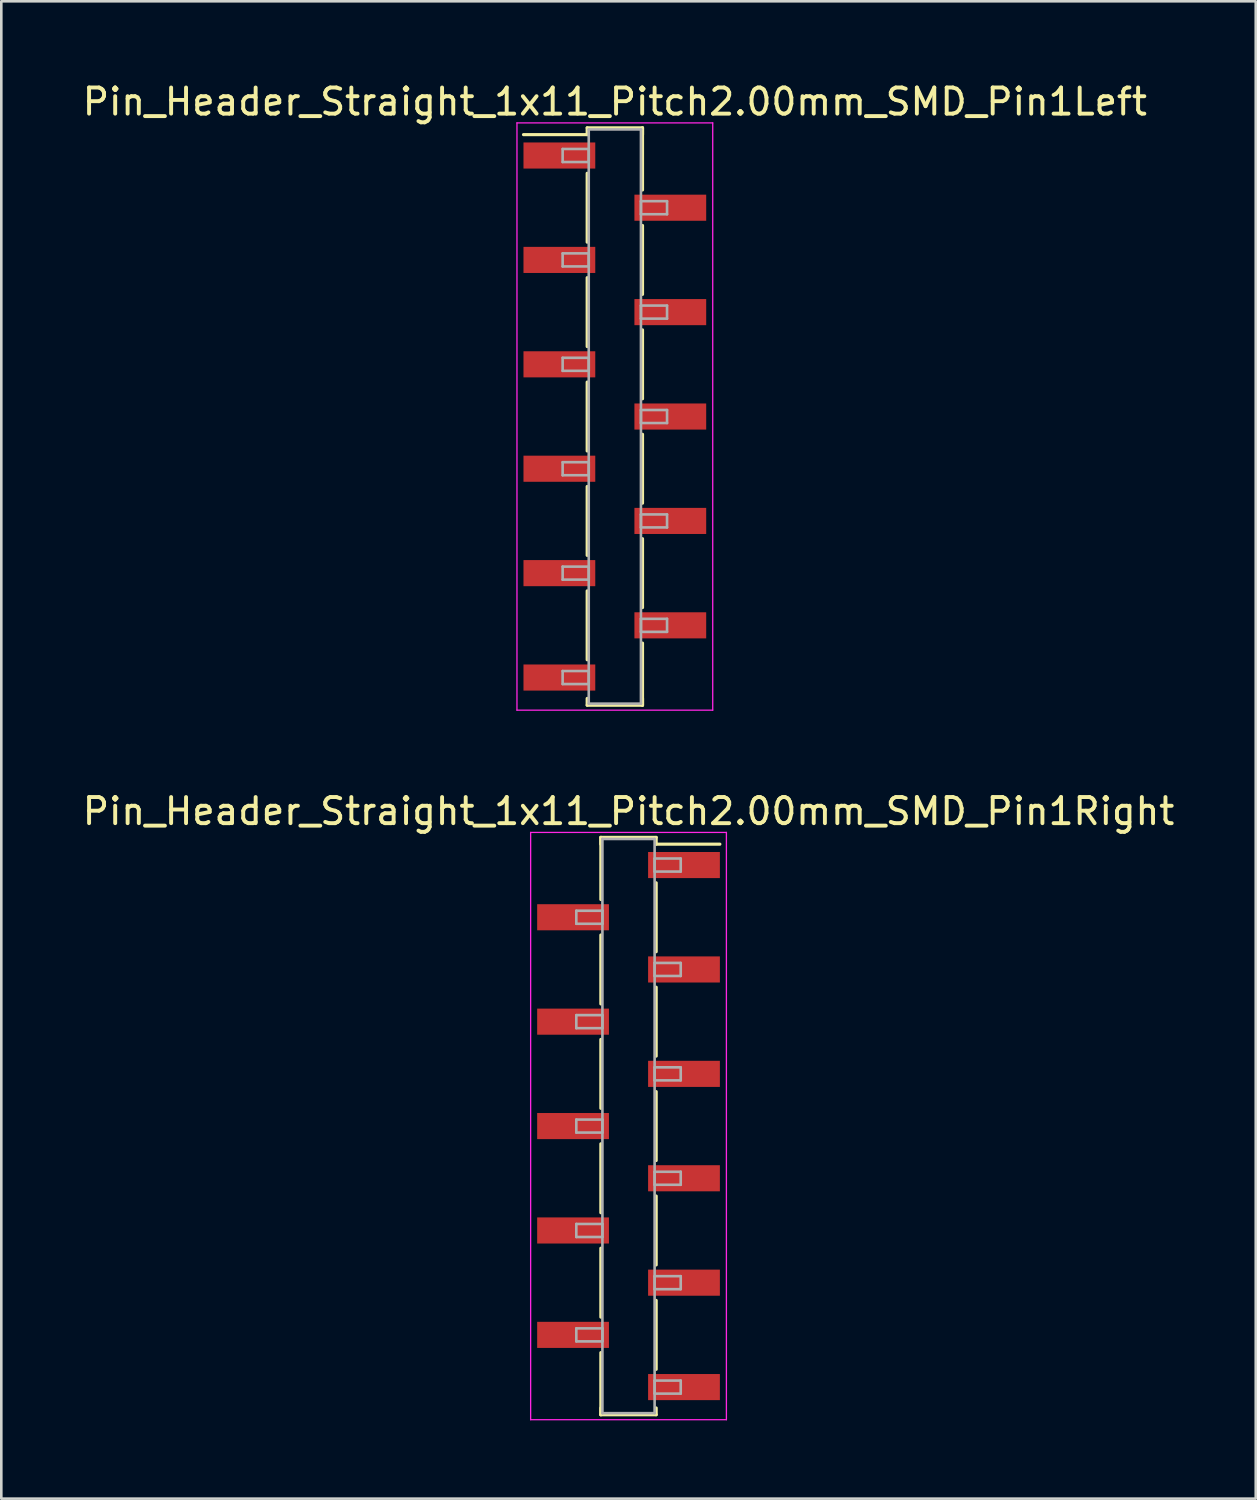
<source format=kicad_pcb>
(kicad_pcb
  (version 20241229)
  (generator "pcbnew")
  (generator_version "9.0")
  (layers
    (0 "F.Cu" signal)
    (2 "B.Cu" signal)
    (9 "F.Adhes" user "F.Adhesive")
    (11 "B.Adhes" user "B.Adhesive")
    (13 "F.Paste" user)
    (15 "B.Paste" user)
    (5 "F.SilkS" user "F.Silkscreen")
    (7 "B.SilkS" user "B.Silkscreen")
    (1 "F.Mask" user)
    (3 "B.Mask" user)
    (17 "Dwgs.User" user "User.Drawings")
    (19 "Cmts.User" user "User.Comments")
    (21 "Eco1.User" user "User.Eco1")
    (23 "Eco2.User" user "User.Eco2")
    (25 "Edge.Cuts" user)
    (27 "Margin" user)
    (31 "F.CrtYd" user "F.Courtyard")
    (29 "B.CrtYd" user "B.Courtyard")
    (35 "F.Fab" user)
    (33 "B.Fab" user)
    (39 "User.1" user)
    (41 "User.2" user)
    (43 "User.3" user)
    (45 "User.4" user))
  (footprint "Pin_Header_Straight_1x11_Pitch2.00mm_SMD_Pin1Right"
    (layer "F.Cu")
    (at 21.03 40.092)
    (property "Reference" "Pin_Header_Straight_1x11_Pitch2.00mm_SMD_Pin1Right" (at 0 -12.06 0) (layer "F.SilkS") (effects (font (size 1 1) (thickness 0.15))))
    (attr smd)
    (fp_line (start -1.06 -11.06) (end -1.06 -8.68) (stroke (width 0.12) (type solid)) (layer "F.SilkS"))
    (fp_line (start -1.06 -11.06) (end 1.06 -11.06) (stroke (width 0.12) (type solid)) (layer "F.SilkS"))
    (fp_line (start -1.06 -10.8) (end -1.06 -11.06) (stroke (width 0.12) (type solid)) (layer "F.SilkS"))
    (fp_line (start -1.06 -7.32) (end -1.06 -4.68) (stroke (width 0.12) (type solid)) (layer "F.SilkS"))
    (fp_line (start -1.06 -3.32) (end -1.06 -0.68) (stroke (width 0.12) (type solid)) (layer "F.SilkS"))
    (fp_line (start -1.06 0.68) (end -1.06 3.32) (stroke (width 0.12) (type solid)) (layer "F.SilkS"))
    (fp_line (start -1.06 4.68) (end -1.06 7.32) (stroke (width 0.12) (type solid)) (layer "F.SilkS"))
    (fp_line (start -1.06 8.68) (end -1.06 11.06) (stroke (width 0.12) (type solid)) (layer "F.SilkS"))
    (fp_line (start -1.06 10.8) (end -1.06 11.06) (stroke (width 0.12) (type solid)) (layer "F.SilkS"))
    (fp_line (start -1.06 11.06) (end 1.06 11.06) (stroke (width 0.12) (type solid)) (layer "F.SilkS"))
    (fp_line (start 1.06 -11.06) (end 1.06 -10.8) (stroke (width 0.12) (type solid)) (layer "F.SilkS"))
    (fp_line (start 1.06 -10.8) (end 3.5 -10.8) (stroke (width 0.12) (type solid)) (layer "F.SilkS"))
    (fp_line (start 1.06 -9.32) (end 1.06 -6.68) (stroke (width 0.12) (type solid)) (layer "F.SilkS"))
    (fp_line (start 1.06 -5.32) (end 1.06 -2.68) (stroke (width 0.12) (type solid)) (layer "F.SilkS"))
    (fp_line (start 1.06 -1.32) (end 1.06 1.32) (stroke (width 0.12) (type solid)) (layer "F.SilkS"))
    (fp_line (start 1.06 2.68) (end 1.06 5.32) (stroke (width 0.12) (type solid)) (layer "F.SilkS"))
    (fp_line (start 1.06 6.68) (end 1.06 9.32) (stroke (width 0.12) (type solid)) (layer "F.SilkS"))
    (fp_line (start 1.06 11.06) (end 1.06 10.8) (stroke (width 0.12) (type solid)) (layer "F.SilkS"))
    (fp_line (start -3.75 -11.25) (end -3.75 11.25) (stroke (width 0.05) (type solid)) (layer "F.CrtYd"))
    (fp_line (start -3.75 11.25) (end 3.75 11.25) (stroke (width 0.05) (type solid)) (layer "F.CrtYd"))
    (fp_line (start 3.75 -11.25) (end -3.75 -11.25) (stroke (width 0.05) (type solid)) (layer "F.CrtYd"))
    (fp_line (start 3.75 11.25) (end 3.75 -11.25) (stroke (width 0.05) (type solid)) (layer "F.CrtYd"))
    (fp_line (start -2 -8.25) (end -1 -8.25) (stroke (width 0.1) (type solid)) (layer "F.Fab"))
    (fp_line (start -2 -7.75) (end -2 -8.25) (stroke (width 0.1) (type solid)) (layer "F.Fab"))
    (fp_line (start -2 -4.25) (end -1 -4.25) (stroke (width 0.1) (type solid)) (layer "F.Fab"))
    (fp_line (start -2 -3.75) (end -2 -4.25) (stroke (width 0.1) (type solid)) (layer "F.Fab"))
    (fp_line (start -2 -0.25) (end -1 -0.25) (stroke (width 0.1) (type solid)) (layer "F.Fab"))
    (fp_line (start -2 0.25) (end -2 -0.25) (stroke (width 0.1) (type solid)) (layer "F.Fab"))
    (fp_line (start -2 3.75) (end -1 3.75) (stroke (width 0.1) (type solid)) (layer "F.Fab"))
    (fp_line (start -2 4.25) (end -2 3.75) (stroke (width 0.1) (type solid)) (layer "F.Fab"))
    (fp_line (start -2 7.75) (end -1 7.75) (stroke (width 0.1) (type solid)) (layer "F.Fab"))
    (fp_line (start -2 8.25) (end -2 7.75) (stroke (width 0.1) (type solid)) (layer "F.Fab"))
    (fp_line (start -1 -11) (end -1 11) (stroke (width 0.1) (type solid)) (layer "F.Fab"))
    (fp_line (start -1 -8.25) (end -1 -7.75) (stroke (width 0.1) (type solid)) (layer "F.Fab"))
    (fp_line (start -1 -7.75) (end -2 -7.75) (stroke (width 0.1) (type solid)) (layer "F.Fab"))
    (fp_line (start -1 -4.25) (end -1 -3.75) (stroke (width 0.1) (type solid)) (layer "F.Fab"))
    (fp_line (start -1 -3.75) (end -2 -3.75) (stroke (width 0.1) (type solid)) (layer "F.Fab"))
    (fp_line (start -1 -0.25) (end -1 0.25) (stroke (width 0.1) (type solid)) (layer "F.Fab"))
    (fp_line (start -1 0.25) (end -2 0.25) (stroke (width 0.1) (type solid)) (layer "F.Fab"))
    (fp_line (start -1 3.75) (end -1 4.25) (stroke (width 0.1) (type solid)) (layer "F.Fab"))
    (fp_line (start -1 4.25) (end -2 4.25) (stroke (width 0.1) (type solid)) (layer "F.Fab"))
    (fp_line (start -1 7.75) (end -1 8.25) (stroke (width 0.1) (type solid)) (layer "F.Fab"))
    (fp_line (start -1 8.25) (end -2 8.25) (stroke (width 0.1) (type solid)) (layer "F.Fab"))
    (fp_line (start -1 11) (end 1 11) (stroke (width 0.1) (type solid)) (layer "F.Fab"))
    (fp_line (start 1 -11) (end -1 -11) (stroke (width 0.1) (type solid)) (layer "F.Fab"))
    (fp_line (start 1 -10.25) (end 1 -9.75) (stroke (width 0.1) (type solid)) (layer "F.Fab"))
    (fp_line (start 1 -9.75) (end 2 -9.75) (stroke (width 0.1) (type solid)) (layer "F.Fab"))
    (fp_line (start 1 -6.25) (end 1 -5.75) (stroke (width 0.1) (type solid)) (layer "F.Fab"))
    (fp_line (start 1 -5.75) (end 2 -5.75) (stroke (width 0.1) (type solid)) (layer "F.Fab"))
    (fp_line (start 1 -2.25) (end 1 -1.75) (stroke (width 0.1) (type solid)) (layer "F.Fab"))
    (fp_line (start 1 -1.75) (end 2 -1.75) (stroke (width 0.1) (type solid)) (layer "F.Fab"))
    (fp_line (start 1 1.75) (end 1 2.25) (stroke (width 0.1) (type solid)) (layer "F.Fab"))
    (fp_line (start 1 2.25) (end 2 2.25) (stroke (width 0.1) (type solid)) (layer "F.Fab"))
    (fp_line (start 1 5.75) (end 1 6.25) (stroke (width 0.1) (type solid)) (layer "F.Fab"))
    (fp_line (start 1 6.25) (end 2 6.25) (stroke (width 0.1) (type solid)) (layer "F.Fab"))
    (fp_line (start 1 9.75) (end 1 10.25) (stroke (width 0.1) (type solid)) (layer "F.Fab"))
    (fp_line (start 1 10.25) (end 2 10.25) (stroke (width 0.1) (type solid)) (layer "F.Fab"))
    (fp_line (start 1 11) (end 1 -11) (stroke (width 0.1) (type solid)) (layer "F.Fab"))
    (fp_line (start 2 -10.25) (end 1 -10.25) (stroke (width 0.1) (type solid)) (layer "F.Fab"))
    (fp_line (start 2 -9.75) (end 2 -10.25) (stroke (width 0.1) (type solid)) (layer "F.Fab"))
    (fp_line (start 2 -6.25) (end 1 -6.25) (stroke (width 0.1) (type solid)) (layer "F.Fab"))
    (fp_line (start 2 -5.75) (end 2 -6.25) (stroke (width 0.1) (type solid)) (layer "F.Fab"))
    (fp_line (start 2 -2.25) (end 1 -2.25) (stroke (width 0.1) (type solid)) (layer "F.Fab"))
    (fp_line (start 2 -1.75) (end 2 -2.25) (stroke (width 0.1) (type solid)) (layer "F.Fab"))
    (fp_line (start 2 1.75) (end 1 1.75) (stroke (width 0.1) (type solid)) (layer "F.Fab"))
    (fp_line (start 2 2.25) (end 2 1.75) (stroke (width 0.1) (type solid)) (layer "F.Fab"))
    (fp_line (start 2 5.75) (end 1 5.75) (stroke (width 0.1) (type solid)) (layer "F.Fab"))
    (fp_line (start 2 6.25) (end 2 5.75) (stroke (width 0.1) (type solid)) (layer "F.Fab"))
    (fp_line (start 2 9.75) (end 1 9.75) (stroke (width 0.1) (type solid)) (layer "F.Fab"))
    (fp_line (start 2 10.25) (end 2 9.75) (stroke (width 0.1) (type solid)) (layer "F.Fab"))
    (pad "1" smd rect (at 2.125 -10) (size 2.75 1) (layers "F.Cu" "F.Mask"))
    (pad "2" smd rect (at -2.125 -8) (size 2.75 1) (layers "F.Cu" "F.Mask"))
    (pad "3" smd rect (at 2.125 -6) (size 2.75 1) (layers "F.Cu" "F.Mask"))
    (pad "4" smd rect (at -2.125 -4) (size 2.75 1) (layers "F.Cu" "F.Mask"))
    (pad "5" smd rect (at 2.125 -2) (size 2.75 1) (layers "F.Cu" "F.Mask"))
    (pad "6" smd rect (at -2.125 0) (size 2.75 1) (layers "F.Cu" "F.Mask"))
    (pad "7" smd rect (at 2.125 2) (size 2.75 1) (layers "F.Cu" "F.Mask"))
    (pad "8" smd rect (at -2.125 4) (size 2.75 1) (layers "F.Cu" "F.Mask"))
    (pad "9" smd rect (at 2.125 6) (size 2.75 1) (layers "F.Cu" "F.Mask"))
    (pad "10" smd rect (at -2.125 8) (size 2.75 1) (layers "F.Cu" "F.Mask"))
    (pad "11" smd rect (at 2.125 10) (size 2.75 1) (layers "F.Cu" "F.Mask")))
  (footprint "Pin_Header_Straight_1x11_Pitch2.00mm_SMD_Pin1Left"
    (layer "F.Cu")
    (at 20.506 12.908)
    (property "Reference" "Pin_Header_Straight_1x11_Pitch2.00mm_SMD_Pin1Left" (at 0 -12.06 0) (layer "F.SilkS") (effects (font (size 1 1) (thickness 0.15))))
    (attr smd)
    (fp_line (start -1.06 -11.06) (end 1.06 -11.06) (stroke (width 0.12) (type solid)) (layer "F.SilkS"))
    (fp_line (start -1.06 -10.8) (end -3.5 -10.8) (stroke (width 0.12) (type solid)) (layer "F.SilkS"))
    (fp_line (start -1.06 -10.8) (end -1.06 -11.06) (stroke (width 0.12) (type solid)) (layer "F.SilkS"))
    (fp_line (start -1.06 -9.32) (end -1.06 -6.68) (stroke (width 0.12) (type solid)) (layer "F.SilkS"))
    (fp_line (start -1.06 -5.32) (end -1.06 -2.68) (stroke (width 0.12) (type solid)) (layer "F.SilkS"))
    (fp_line (start -1.06 -1.32) (end -1.06 1.32) (stroke (width 0.12) (type solid)) (layer "F.SilkS"))
    (fp_line (start -1.06 2.68) (end -1.06 5.32) (stroke (width 0.12) (type solid)) (layer "F.SilkS"))
    (fp_line (start -1.06 6.68) (end -1.06 9.32) (stroke (width 0.12) (type solid)) (layer "F.SilkS"))
    (fp_line (start -1.06 10.8) (end -1.06 11.06) (stroke (width 0.12) (type solid)) (layer "F.SilkS"))
    (fp_line (start -1.06 11.06) (end 1.06 11.06) (stroke (width 0.12) (type solid)) (layer "F.SilkS"))
    (fp_line (start 1.06 -11.06) (end 1.06 -10.8) (stroke (width 0.12) (type solid)) (layer "F.SilkS"))
    (fp_line (start 1.06 -11.06) (end 1.06 -8.68) (stroke (width 0.12) (type solid)) (layer "F.SilkS"))
    (fp_line (start 1.06 -7.32) (end 1.06 -4.68) (stroke (width 0.12) (type solid)) (layer "F.SilkS"))
    (fp_line (start 1.06 -3.32) (end 1.06 -0.68) (stroke (width 0.12) (type solid)) (layer "F.SilkS"))
    (fp_line (start 1.06 0.68) (end 1.06 3.32) (stroke (width 0.12) (type solid)) (layer "F.SilkS"))
    (fp_line (start 1.06 4.68) (end 1.06 7.32) (stroke (width 0.12) (type solid)) (layer "F.SilkS"))
    (fp_line (start 1.06 8.68) (end 1.06 11.06) (stroke (width 0.12) (type solid)) (layer "F.SilkS"))
    (fp_line (start 1.06 11.06) (end 1.06 10.8) (stroke (width 0.12) (type solid)) (layer "F.SilkS"))
    (fp_line (start -3.75 -11.25) (end -3.75 11.25) (stroke (width 0.05) (type solid)) (layer "F.CrtYd"))
    (fp_line (start -3.75 11.25) (end 3.75 11.25) (stroke (width 0.05) (type solid)) (layer "F.CrtYd"))
    (fp_line (start 3.75 -11.25) (end -3.75 -11.25) (stroke (width 0.05) (type solid)) (layer "F.CrtYd"))
    (fp_line (start 3.75 11.25) (end 3.75 -11.25) (stroke (width 0.05) (type solid)) (layer "F.CrtYd"))
    (fp_line (start -2 -10.25) (end -1 -10.25) (stroke (width 0.1) (type solid)) (layer "F.Fab"))
    (fp_line (start -2 -9.75) (end -2 -10.25) (stroke (width 0.1) (type solid)) (layer "F.Fab"))
    (fp_line (start -2 -6.25) (end -1 -6.25) (stroke (width 0.1) (type solid)) (layer "F.Fab"))
    (fp_line (start -2 -5.75) (end -2 -6.25) (stroke (width 0.1) (type solid)) (layer "F.Fab"))
    (fp_line (start -2 -2.25) (end -1 -2.25) (stroke (width 0.1) (type solid)) (layer "F.Fab"))
    (fp_line (start -2 -1.75) (end -2 -2.25) (stroke (width 0.1) (type solid)) (layer "F.Fab"))
    (fp_line (start -2 1.75) (end -1 1.75) (stroke (width 0.1) (type solid)) (layer "F.Fab"))
    (fp_line (start -2 2.25) (end -2 1.75) (stroke (width 0.1) (type solid)) (layer "F.Fab"))
    (fp_line (start -2 5.75) (end -1 5.75) (stroke (width 0.1) (type solid)) (layer "F.Fab"))
    (fp_line (start -2 6.25) (end -2 5.75) (stroke (width 0.1) (type solid)) (layer "F.Fab"))
    (fp_line (start -2 9.75) (end -1 9.75) (stroke (width 0.1) (type solid)) (layer "F.Fab"))
    (fp_line (start -2 10.25) (end -2 9.75) (stroke (width 0.1) (type solid)) (layer "F.Fab"))
    (fp_line (start -1 -11) (end -1 11) (stroke (width 0.1) (type solid)) (layer "F.Fab"))
    (fp_line (start -1 -10.25) (end -1 -9.75) (stroke (width 0.1) (type solid)) (layer "F.Fab"))
    (fp_line (start -1 -9.75) (end -2 -9.75) (stroke (width 0.1) (type solid)) (layer "F.Fab"))
    (fp_line (start -1 -6.25) (end -1 -5.75) (stroke (width 0.1) (type solid)) (layer "F.Fab"))
    (fp_line (start -1 -5.75) (end -2 -5.75) (stroke (width 0.1) (type solid)) (layer "F.Fab"))
    (fp_line (start -1 -2.25) (end -1 -1.75) (stroke (width 0.1) (type solid)) (layer "F.Fab"))
    (fp_line (start -1 -1.75) (end -2 -1.75) (stroke (width 0.1) (type solid)) (layer "F.Fab"))
    (fp_line (start -1 1.75) (end -1 2.25) (stroke (width 0.1) (type solid)) (layer "F.Fab"))
    (fp_line (start -1 2.25) (end -2 2.25) (stroke (width 0.1) (type solid)) (layer "F.Fab"))
    (fp_line (start -1 5.75) (end -1 6.25) (stroke (width 0.1) (type solid)) (layer "F.Fab"))
    (fp_line (start -1 6.25) (end -2 6.25) (stroke (width 0.1) (type solid)) (layer "F.Fab"))
    (fp_line (start -1 9.75) (end -1 10.25) (stroke (width 0.1) (type solid)) (layer "F.Fab"))
    (fp_line (start -1 10.25) (end -2 10.25) (stroke (width 0.1) (type solid)) (layer "F.Fab"))
    (fp_line (start -1 11) (end 1 11) (stroke (width 0.1) (type solid)) (layer "F.Fab"))
    (fp_line (start 1 -11) (end -1 -11) (stroke (width 0.1) (type solid)) (layer "F.Fab"))
    (fp_line (start 1 -8.25) (end 1 -7.75) (stroke (width 0.1) (type solid)) (layer "F.Fab"))
    (fp_line (start 1 -7.75) (end 2 -7.75) (stroke (width 0.1) (type solid)) (layer "F.Fab"))
    (fp_line (start 1 -4.25) (end 1 -3.75) (stroke (width 0.1) (type solid)) (layer "F.Fab"))
    (fp_line (start 1 -3.75) (end 2 -3.75) (stroke (width 0.1) (type solid)) (layer "F.Fab"))
    (fp_line (start 1 -0.25) (end 1 0.25) (stroke (width 0.1) (type solid)) (layer "F.Fab"))
    (fp_line (start 1 0.25) (end 2 0.25) (stroke (width 0.1) (type solid)) (layer "F.Fab"))
    (fp_line (start 1 3.75) (end 1 4.25) (stroke (width 0.1) (type solid)) (layer "F.Fab"))
    (fp_line (start 1 4.25) (end 2 4.25) (stroke (width 0.1) (type solid)) (layer "F.Fab"))
    (fp_line (start 1 7.75) (end 1 8.25) (stroke (width 0.1) (type solid)) (layer "F.Fab"))
    (fp_line (start 1 8.25) (end 2 8.25) (stroke (width 0.1) (type solid)) (layer "F.Fab"))
    (fp_line (start 1 11) (end 1 -11) (stroke (width 0.1) (type solid)) (layer "F.Fab"))
    (fp_line (start 2 -8.25) (end 1 -8.25) (stroke (width 0.1) (type solid)) (layer "F.Fab"))
    (fp_line (start 2 -7.75) (end 2 -8.25) (stroke (width 0.1) (type solid)) (layer "F.Fab"))
    (fp_line (start 2 -4.25) (end 1 -4.25) (stroke (width 0.1) (type solid)) (layer "F.Fab"))
    (fp_line (start 2 -3.75) (end 2 -4.25) (stroke (width 0.1) (type solid)) (layer "F.Fab"))
    (fp_line (start 2 -0.25) (end 1 -0.25) (stroke (width 0.1) (type solid)) (layer "F.Fab"))
    (fp_line (start 2 0.25) (end 2 -0.25) (stroke (width 0.1) (type solid)) (layer "F.Fab"))
    (fp_line (start 2 3.75) (end 1 3.75) (stroke (width 0.1) (type solid)) (layer "F.Fab"))
    (fp_line (start 2 4.25) (end 2 3.75) (stroke (width 0.1) (type solid)) (layer "F.Fab"))
    (fp_line (start 2 7.75) (end 1 7.75) (stroke (width 0.1) (type solid)) (layer "F.Fab"))
    (fp_line (start 2 8.25) (end 2 7.75) (stroke (width 0.1) (type solid)) (layer "F.Fab"))
    (pad "1" smd rect (at -2.125 -10) (size 2.75 1) (layers "F.Cu" "F.Mask"))
    (pad "2" smd rect (at 2.125 -8) (size 2.75 1) (layers "F.Cu" "F.Mask"))
    (pad "3" smd rect (at -2.125 -6) (size 2.75 1) (layers "F.Cu" "F.Mask"))
    (pad "4" smd rect (at 2.125 -4) (size 2.75 1) (layers "F.Cu" "F.Mask"))
    (pad "5" smd rect (at -2.125 -2) (size 2.75 1) (layers "F.Cu" "F.Mask"))
    (pad "6" smd rect (at 2.125 0) (size 2.75 1) (layers "F.Cu" "F.Mask"))
    (pad "7" smd rect (at -2.125 2) (size 2.75 1) (layers "F.Cu" "F.Mask"))
    (pad "8" smd rect (at 2.125 4) (size 2.75 1) (layers "F.Cu" "F.Mask"))
    (pad "9" smd rect (at -2.125 6) (size 2.75 1) (layers "F.Cu" "F.Mask"))
    (pad "10" smd rect (at 2.125 8) (size 2.75 1) (layers "F.Cu" "F.Mask"))
    (pad "11" smd rect (at -2.125 10) (size 2.75 1) (layers "F.Cu" "F.Mask")))
  (gr_rect
    (start -3 -3)
    (end 45.06 54.367)
    (stroke (width 0.1) (type default))
    (fill no)
    (layer "Edge.Cuts")))
</source>
